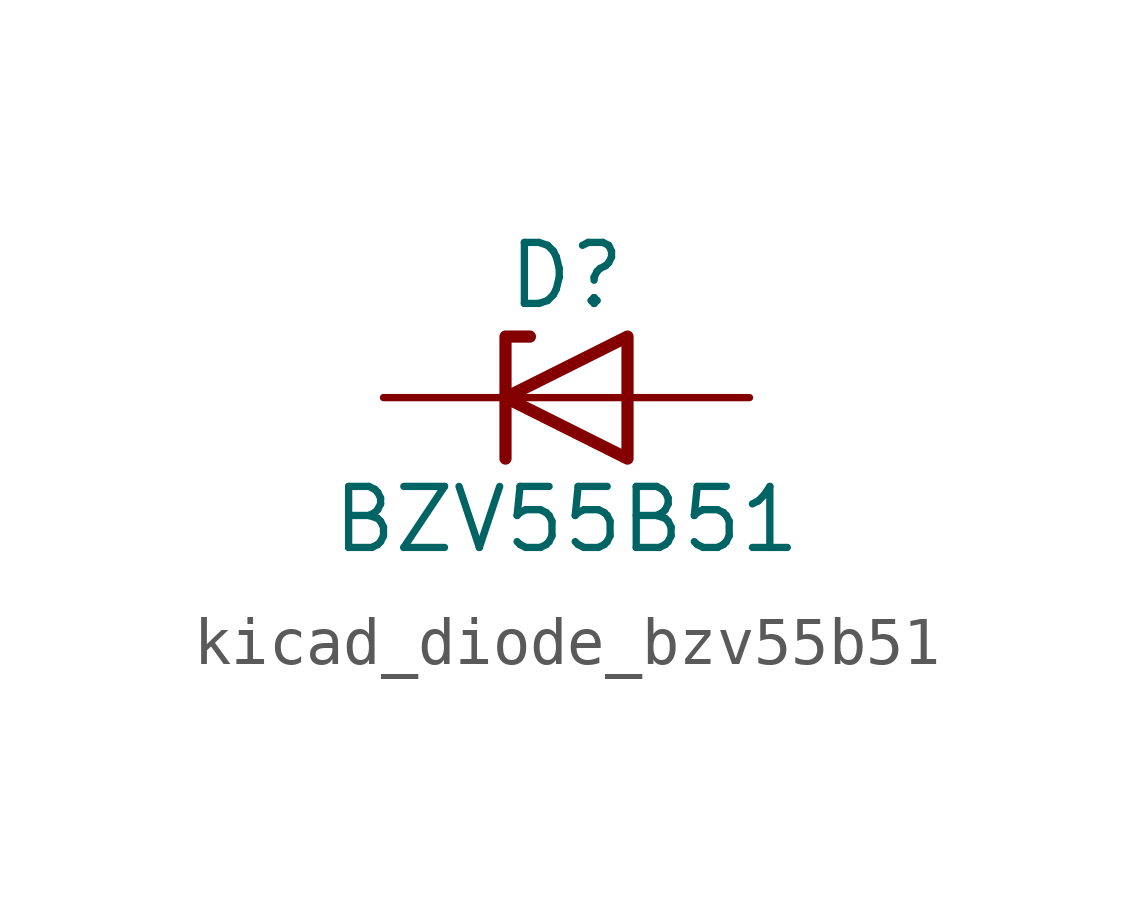
<source format=kicad_sym>
(kicad_symbol_lib
  (version 20220914)
  (generator kicad_symbol_editor)
  (symbol "kicad_diode_bzv55b51"
    (pin_numbers hide)
    (pin_names hide)
    (property "Reference" "D"
      (at 0 2.54 0)
      (effects (font (size 1.27 1.27))))
    (property "Value" "BZV55B51"
      (at 0 -2.54 0)
      (effects (font (size 1.27 1.27))))
    (symbol "kicad_diode_bzv55b51_0_1"
      (polyline (pts (xy 1.27 0) (xy -1.27 0)) (stroke (width 0) (type default)) (fill (type none)))
      (polyline (pts (xy -1.27 -1.27) (xy -1.27 1.27) (xy -0.762 1.27)) (stroke (width 0.254) (type default)) (fill (type none)))
      (polyline (pts (xy 1.27 -1.27) (xy 1.27 1.27) (xy -1.27 0) (xy 1.27 -1.27)) (stroke (width 0.254) (type default)) (fill (type none))))
    (symbol "kicad_diode_bzv55b51_1_1"
      (pin passive line (at -3.81 0 0) (length 2.54) (name "K" (effects (font (size 1.27 1.27)))) (number "1" (effects (font (size 1.27 1.27)))))
      (pin passive line (at 3.81 0 180) (length 2.54) (name "A" (effects (font (size 1.27 1.27)))) (number "2" (effects (font (size 1.27 1.27))))))))
</source>
